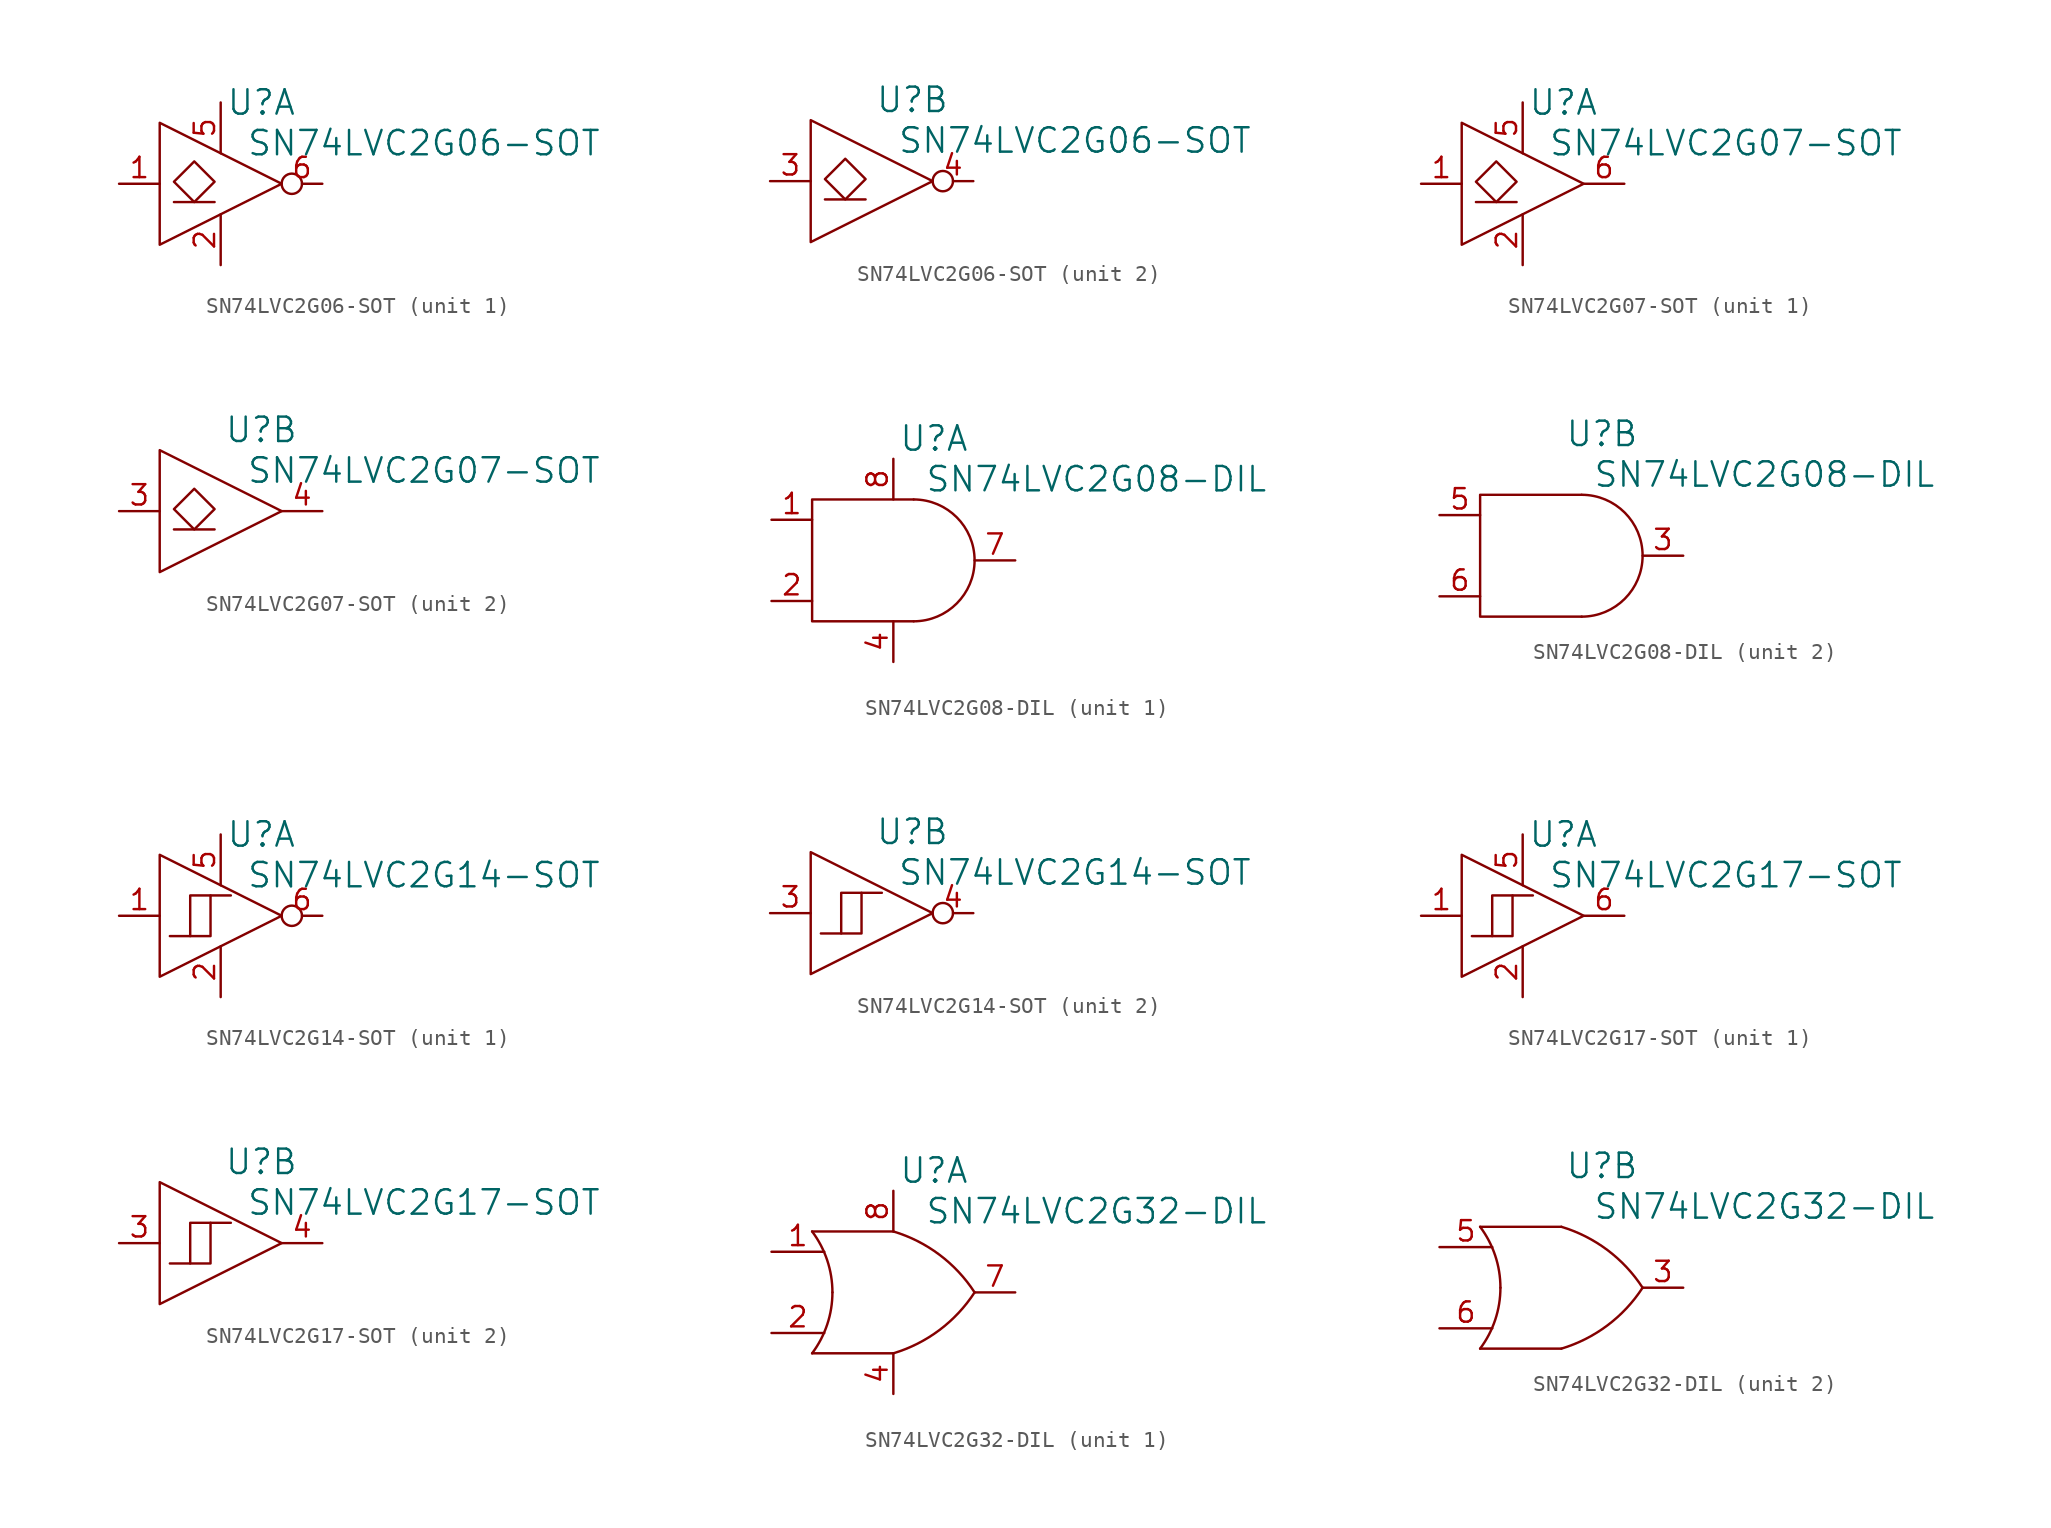
<source format=kicad_sym>
(kicad_symbol_lib
  (version 20220914)
  (generator kicad_symbol_editor)
  (symbol "SN74LVC2G06-SOT"
    (pin_names
      (offset 1.016) hide)
    (property "Reference" "U"
      (at 2.54 5.08 0)
      (effects (font (size 1.524 1.524))))
    (property "Value" "SN74LVC2G06-SOT"
      (at 12.7 2.54 0)
      (effects (font (size 1.524 1.524))))
    (property "Footprint" ""
      (at 0 0 0)
      (effects (font (size 1.524 1.524))))
    (property "Datasheet" ""
      (at 0 0 0)
      (effects (font (size 1.524 1.524))))
    (property "ki_locked" ""
      (at 0 0 0)
      (effects (font (size 1.27 1.27))))
    (symbol "SN74LVC2G06-SOT_0_1"
      (polyline (pts (xy -2.921 -1.143) (xy -0.381 -1.143)) (stroke (width 0) (type solid)) (fill (type none)))
      (polyline (pts (xy -3.81 3.81) (xy -3.81 -3.81) (xy 3.81 0) (xy -3.81 3.81) (xy -3.81 3.81)) (stroke (width 0) (type solid)) (fill (type none)))
      (polyline (pts (xy -2.921 0.127) (xy -1.651 1.397) (xy -0.381 0.127) (xy -1.651 -1.143) (xy -2.921 0.127)) (stroke (width 0) (type solid)) (fill (type none))))
    (symbol "SN74LVC2G06-SOT_1_1"
      (pin passive line (at -6.35 0 0) (length 2.54) (name "1A" (effects (font (size 1.27 1.27)))) (number "1" (effects (font (size 1.27 1.27)))))
      (pin passive line (at 0 -5.08 90) (length 3.175) (name "VSS" (effects (font (size 1.27 1.27)))) (number "2" (effects (font (size 1.27 1.27)))))
      (pin passive line (at 0 5.08 270) (length 3.175) (name "VDD" (effects (font (size 1.27 1.27)))) (number "5" (effects (font (size 1.27 1.27)))))
      (pin passive inverted (at 6.35 0 180) (length 2.54) (name "1Y" (effects (font (size 1.27 1.27)))) (number "6" (effects (font (size 1.27 1.27))))))
    (symbol "SN74LVC2G06-SOT_2_1"
      (pin passive line (at -6.35 0 0) (length 2.54) (name "2A" (effects (font (size 1.27 1.27)))) (number "3" (effects (font (size 1.27 1.27)))))
      (pin passive inverted (at 6.35 0 180) (length 2.54) (name "2Y" (effects (font (size 1.27 1.27)))) (number "4" (effects (font (size 1.27 1.27)))))))
  (symbol "SN74LVC2G07-SOT"
    (pin_names
      (offset 1.016) hide)
    (property "Reference" "U"
      (at 2.54 5.08 0)
      (effects (font (size 1.524 1.524))))
    (property "Value" "SN74LVC2G07-SOT"
      (at 12.7 2.54 0)
      (effects (font (size 1.524 1.524))))
    (property "Footprint" ""
      (at 0 0 0)
      (effects (font (size 1.524 1.524))))
    (property "Datasheet" ""
      (at 0 0 0)
      (effects (font (size 1.524 1.524))))
    (property "ki_locked" ""
      (at 0 0 0)
      (effects (font (size 1.27 1.27))))
    (symbol "SN74LVC2G07-SOT_0_1"
      (polyline (pts (xy -2.921 -1.143) (xy -0.381 -1.143)) (stroke (width 0) (type solid)) (fill (type none)))
      (polyline (pts (xy -3.81 3.81) (xy -3.81 -3.81) (xy 3.81 0) (xy -3.81 3.81) (xy -3.81 3.81)) (stroke (width 0) (type solid)) (fill (type none)))
      (polyline (pts (xy -2.921 0.127) (xy -1.651 1.397) (xy -0.381 0.127) (xy -1.651 -1.143) (xy -2.921 0.127)) (stroke (width 0) (type solid)) (fill (type none))))
    (symbol "SN74LVC2G07-SOT_1_1"
      (pin passive line (at -6.35 0 0) (length 2.54) (name "1A" (effects (font (size 1.27 1.27)))) (number "1" (effects (font (size 1.27 1.27)))))
      (pin passive line (at 0 -5.08 90) (length 3.175) (name "VSS" (effects (font (size 1.27 1.27)))) (number "2" (effects (font (size 1.27 1.27)))))
      (pin passive line (at 0 5.08 270) (length 3.175) (name "VDD" (effects (font (size 1.27 1.27)))) (number "5" (effects (font (size 1.27 1.27)))))
      (pin passive line (at 6.35 0 180) (length 2.54) (name "1Y" (effects (font (size 1.27 1.27)))) (number "6" (effects (font (size 1.27 1.27))))))
    (symbol "SN74LVC2G07-SOT_2_1"
      (pin passive line (at -6.35 0 0) (length 2.54) (name "2A" (effects (font (size 1.27 1.27)))) (number "3" (effects (font (size 1.27 1.27)))))
      (pin passive line (at 6.35 0 180) (length 2.54) (name "2Y" (effects (font (size 1.27 1.27)))) (number "4" (effects (font (size 1.27 1.27)))))))
  (symbol "SN74LVC2G08-DIL"
    (pin_names
      (offset 1.016) hide)
    (property "Reference" "U"
      (at 2.54 7.62 0)
      (effects (font (size 1.524 1.524))))
    (property "Value" "SN74LVC2G08-DIL"
      (at 12.7 5.08 0)
      (effects (font (size 1.524 1.524))))
    (property "Footprint" ""
      (at 0 0 0)
      (effects (font (size 1.524 1.524))))
    (property "Datasheet" ""
      (at 0 0 0)
      (effects (font (size 1.524 1.524))))
    (property "ki_locked" ""
      (at 0 0 0)
      (effects (font (size 1.27 1.27))))
    (symbol "SN74LVC2G08-DIL_0_1"
      (polyline (pts (xy 1.27 3.81) (xy -5.08 3.81) (xy -5.08 -3.81) (xy 1.27 -3.81) (xy 1.27 -3.81)) (stroke (width 0) (type solid)) (fill (type none)))
      (arc (start 1.27 -3.81) (mid 5.0634 0) (end 1.27 3.81) (stroke (width 0) (type solid)) (fill (type none))))
    (symbol "SN74LVC2G08-DIL_1_1"
      (pin passive line (at -7.62 2.54 0) (length 2.54) (name "1A" (effects (font (size 1.27 1.27)))) (number "1" (effects (font (size 1.27 1.27)))))
      (pin passive line (at -7.62 -2.54 0) (length 2.54) (name "1B" (effects (font (size 1.27 1.27)))) (number "2" (effects (font (size 1.27 1.27)))))
      (pin passive line (at 0 -6.35 90) (length 2.54) (name "VSS" (effects (font (size 1.27 1.27)))) (number "4" (effects (font (size 1.27 1.27)))))
      (pin passive line (at 7.62 0 180) (length 2.54) (name "1Y" (effects (font (size 1.27 1.27)))) (number "7" (effects (font (size 1.27 1.27)))))
      (pin passive line (at 0 6.35 270) (length 2.54) (name "VDD" (effects (font (size 1.27 1.27)))) (number "8" (effects (font (size 1.27 1.27))))))
    (symbol "SN74LVC2G08-DIL_2_1"
      (pin passive line (at 7.62 0 180) (length 2.54) (name "2Y" (effects (font (size 1.27 1.27)))) (number "3" (effects (font (size 1.27 1.27)))))
      (pin passive line (at -7.62 2.54 0) (length 2.54) (name "2A" (effects (font (size 1.27 1.27)))) (number "5" (effects (font (size 1.27 1.27)))))
      (pin passive line (at -7.62 -2.54 0) (length 2.54) (name "2B" (effects (font (size 1.27 1.27)))) (number "6" (effects (font (size 1.27 1.27)))))))
  (symbol "SN74LVC2G14-SOT"
    (pin_names
      (offset 1.016) hide)
    (property "Reference" "U"
      (at 2.54 5.08 0)
      (effects (font (size 1.524 1.524))))
    (property "Value" "SN74LVC2G14-SOT"
      (at 12.7 2.54 0)
      (effects (font (size 1.524 1.524))))
    (property "Footprint" ""
      (at 0 0 0)
      (effects (font (size 1.524 1.524))))
    (property "Datasheet" ""
      (at 0 0 0)
      (effects (font (size 1.524 1.524))))
    (property "ki_locked" ""
      (at 0 0 0)
      (effects (font (size 1.27 1.27))))
    (symbol "SN74LVC2G14-SOT_0_1"
      (polyline (pts (xy -0.635 1.27) (xy -1.905 1.27) (xy -1.905 -1.27) (xy -1.905 -1.27)) (stroke (width 0) (type solid)) (fill (type none)))
      (polyline (pts (xy -3.81 3.81) (xy -3.81 -3.81) (xy 3.81 0) (xy -3.81 3.81) (xy -3.81 3.81)) (stroke (width 0) (type solid)) (fill (type none)))
      (polyline (pts (xy -3.175 -1.27) (xy -0.635 -1.27) (xy -0.635 1.27) (xy 0.635 1.27) (xy 0.635 1.27)) (stroke (width 0) (type solid)) (fill (type none))))
    (symbol "SN74LVC2G14-SOT_1_1"
      (pin passive line (at -6.35 0 0) (length 2.54) (name "1A" (effects (font (size 1.27 1.27)))) (number "1" (effects (font (size 1.27 1.27)))))
      (pin passive line (at 0 -5.08 90) (length 3.175) (name "VSS" (effects (font (size 1.27 1.27)))) (number "2" (effects (font (size 1.27 1.27)))))
      (pin passive line (at 0 5.08 270) (length 3.175) (name "VDD" (effects (font (size 1.27 1.27)))) (number "5" (effects (font (size 1.27 1.27)))))
      (pin passive inverted (at 6.35 0 180) (length 2.54) (name "1Y" (effects (font (size 1.27 1.27)))) (number "6" (effects (font (size 1.27 1.27))))))
    (symbol "SN74LVC2G14-SOT_2_1"
      (pin passive line (at -6.35 0 0) (length 2.54) (name "2A" (effects (font (size 1.27 1.27)))) (number "3" (effects (font (size 1.27 1.27)))))
      (pin passive inverted (at 6.35 0 180) (length 2.54) (name "2Y" (effects (font (size 1.27 1.27)))) (number "4" (effects (font (size 1.27 1.27)))))))
  (symbol "SN74LVC2G17-SOT"
    (pin_names
      (offset 1.016) hide)
    (property "Reference" "U"
      (at 2.54 5.08 0)
      (effects (font (size 1.524 1.524))))
    (property "Value" "SN74LVC2G17-SOT"
      (at 12.7 2.54 0)
      (effects (font (size 1.524 1.524))))
    (property "Footprint" ""
      (at 0 0 0)
      (effects (font (size 1.524 1.524))))
    (property "Datasheet" ""
      (at 0 0 0)
      (effects (font (size 1.524 1.524))))
    (property "ki_locked" ""
      (at 0 0 0)
      (effects (font (size 1.27 1.27))))
    (symbol "SN74LVC2G17-SOT_0_1"
      (polyline (pts (xy -0.635 1.27) (xy -1.905 1.27) (xy -1.905 -1.27) (xy -1.905 -1.27)) (stroke (width 0) (type solid)) (fill (type none)))
      (polyline (pts (xy -3.81 3.81) (xy -3.81 -3.81) (xy 3.81 0) (xy -3.81 3.81) (xy -3.81 3.81)) (stroke (width 0) (type solid)) (fill (type none)))
      (polyline (pts (xy -3.175 -1.27) (xy -0.635 -1.27) (xy -0.635 1.27) (xy 0.635 1.27) (xy 0.635 1.27)) (stroke (width 0) (type solid)) (fill (type none))))
    (symbol "SN74LVC2G17-SOT_1_1"
      (pin passive line (at -6.35 0 0) (length 2.54) (name "1A" (effects (font (size 1.27 1.27)))) (number "1" (effects (font (size 1.27 1.27)))))
      (pin passive line (at 0 -5.08 90) (length 3.175) (name "VSS" (effects (font (size 1.27 1.27)))) (number "2" (effects (font (size 1.27 1.27)))))
      (pin passive line (at 0 5.08 270) (length 3.175) (name "VDD" (effects (font (size 1.27 1.27)))) (number "5" (effects (font (size 1.27 1.27)))))
      (pin passive line (at 6.35 0 180) (length 2.54) (name "1Y" (effects (font (size 1.27 1.27)))) (number "6" (effects (font (size 1.27 1.27))))))
    (symbol "SN74LVC2G17-SOT_2_1"
      (pin passive line (at -6.35 0 0) (length 2.54) (name "2A" (effects (font (size 1.27 1.27)))) (number "3" (effects (font (size 1.27 1.27)))))
      (pin passive line (at 6.35 0 180) (length 2.54) (name "2Y" (effects (font (size 1.27 1.27)))) (number "4" (effects (font (size 1.27 1.27)))))))
  (symbol "SN74LVC2G32-DIL"
    (pin_names
      (offset 1.016) hide)
    (property "Reference" "U"
      (at 2.54 7.62 0)
      (effects (font (size 1.524 1.524))))
    (property "Value" "SN74LVC2G32-DIL"
      (at 12.7 5.08 0)
      (effects (font (size 1.524 1.524))))
    (property "Footprint" ""
      (at 0 0 0)
      (effects (font (size 1.524 1.524))))
    (property "Datasheet" ""
      (at 0 0 0)
      (effects (font (size 1.524 1.524))))
    (property "ki_locked" ""
      (at 0 0 0)
      (effects (font (size 1.27 1.27))))
    (symbol "SN74LVC2G32-DIL_0_1"
      (arc (start -5.08 -3.81) (mid -4.1359 -2.008) (end -3.81 0) (stroke (width 0) (type solid)) (fill (type none)))
      (arc (start -3.81 0) (mid -4.1359 2.008) (end -5.08 3.81) (stroke (width 0) (type solid)) (fill (type none)))
      (arc (start 0 -3.81) (mid 2.8791 -2.3571) (end 5.08 0) (stroke (width 0) (type solid)) (fill (type none)))
      (polyline (pts (xy -5.08 -3.81) (xy 0 -3.81) (xy 0 -3.81)) (stroke (width 0) (type solid)) (fill (type none)))
      (polyline (pts (xy 0 3.81) (xy -5.08 3.81) (xy -5.08 3.81)) (stroke (width 0) (type solid)) (fill (type none)))
      (arc (start 5.08 0) (mid 2.8791 2.3571) (end 0 3.81) (stroke (width 0) (type solid)) (fill (type none))))
    (symbol "SN74LVC2G32-DIL_1_1"
      (pin passive line (at -7.62 2.54 0) (length 3.302) (name "1A" (effects (font (size 1.27 1.27)))) (number "1" (effects (font (size 1.27 1.27)))))
      (pin passive line (at -7.62 -2.54 0) (length 3.302) (name "1B" (effects (font (size 1.27 1.27)))) (number "2" (effects (font (size 1.27 1.27)))))
      (pin passive line (at 0 -6.35 90) (length 2.54) (name "VSS" (effects (font (size 1.27 1.27)))) (number "4" (effects (font (size 1.27 1.27)))))
      (pin passive line (at 7.62 0 180) (length 2.54) (name "1Y" (effects (font (size 1.27 1.27)))) (number "7" (effects (font (size 1.27 1.27)))))
      (pin passive line (at 0 6.35 270) (length 2.54) (name "VDD" (effects (font (size 1.27 1.27)))) (number "8" (effects (font (size 1.27 1.27))))))
    (symbol "SN74LVC2G32-DIL_2_1"
      (pin passive line (at 7.62 0 180) (length 2.54) (name "2Y" (effects (font (size 1.27 1.27)))) (number "3" (effects (font (size 1.27 1.27)))))
      (pin passive line (at -7.62 2.54 0) (length 3.302) (name "2A" (effects (font (size 1.27 1.27)))) (number "5" (effects (font (size 1.27 1.27)))))
      (pin passive line (at -7.62 -2.54 0) (length 3.302) (name "2B" (effects (font (size 1.27 1.27)))) (number "6" (effects (font (size 1.27 1.27))))))))
</source>
